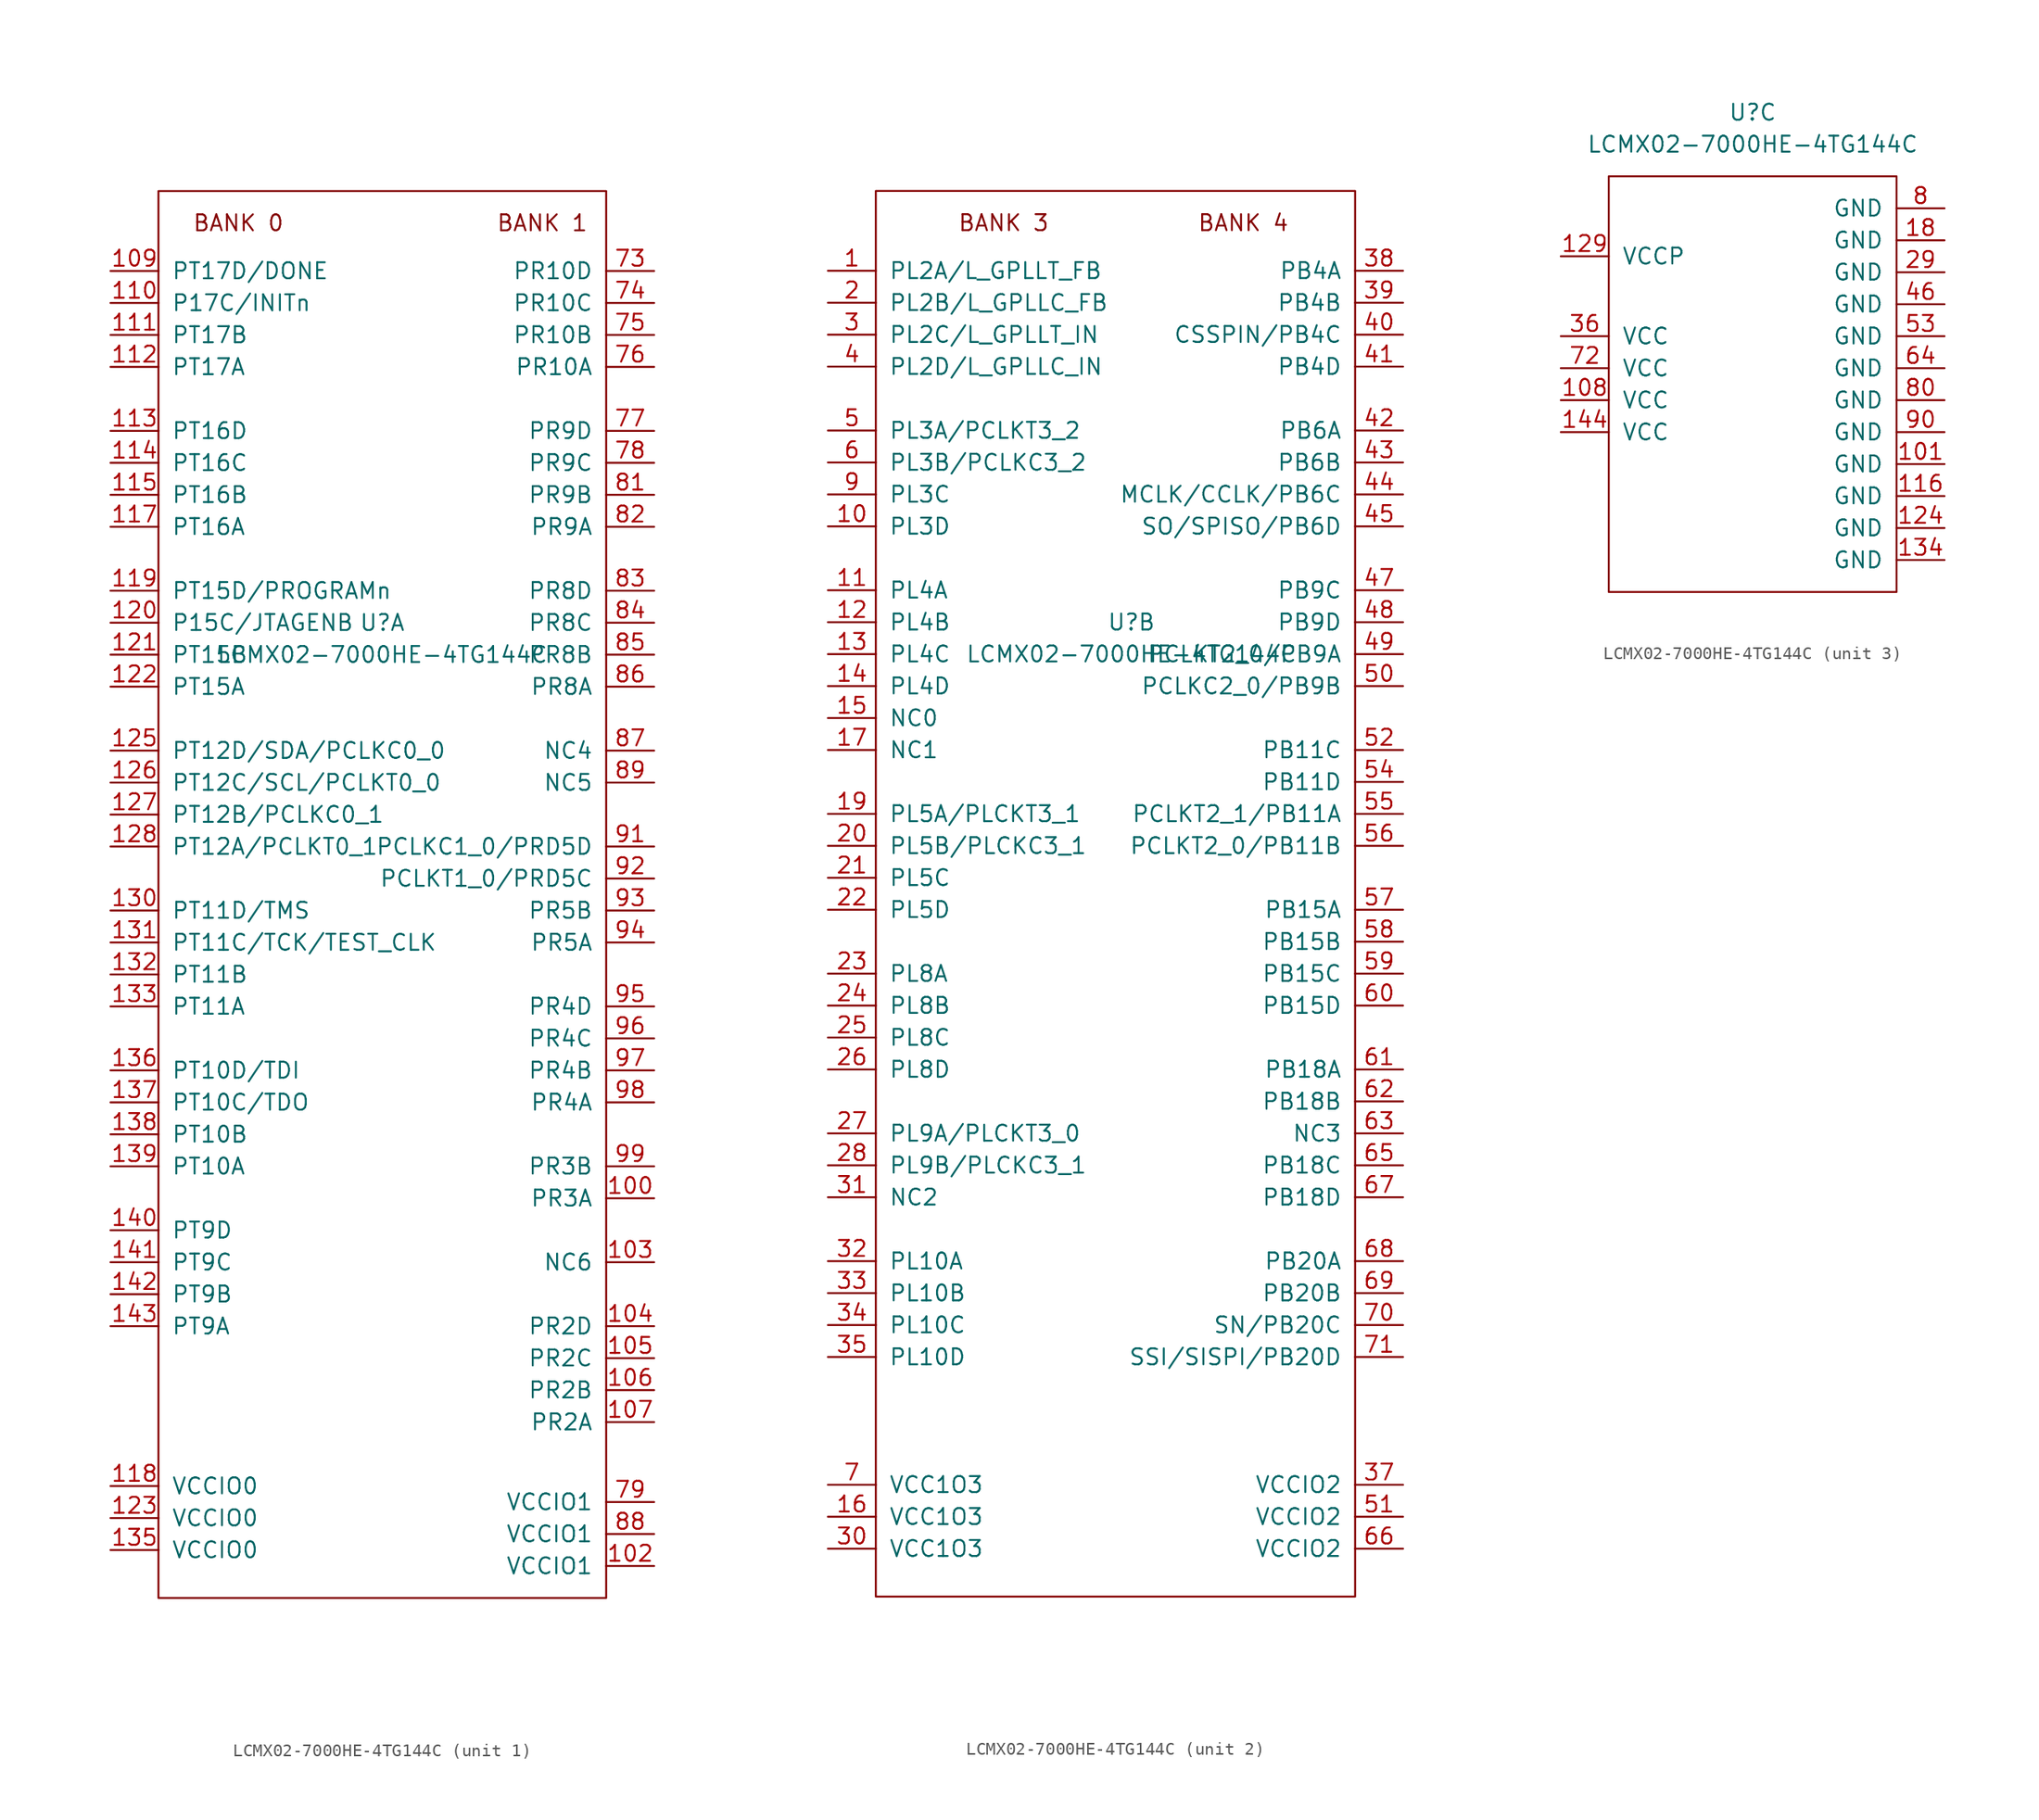
<source format=kicad_sym>
(kicad_symbol_lib
  (version 20231120)
  (generator "kicad_symbol_editor")
  (generator_version "8.0")
  (symbol "LCMX02-7000HE-4TG144C"
    (pin_names
      (offset 1.016))
    (property "Reference" "U"
      (at 0 21.59 0)
      (effects (font (size 1.27 1.27))))
    (property "Value" "LCMX02-7000HE-4TG144C"
      (at 0 19.05 0)
      (effects (font (size 1.27 1.27))))
    (property "ki_locked" ""
      (at 0 0 0)
      (effects (font (size 1.27 1.27))))
    (symbol "LCMX02-7000HE-4TG144C_1_0"
      (rectangle (start -17.78 55.88) (end 17.78 -55.88) (stroke (width 0) (type default)) (fill (type none)))
      (text "BANK 0" (at -11.43 53.34 0) (effects (font (size 1.27 1.27))))
      (text "BANK 1" (at 12.7 53.34 0) (effects (font (size 1.27 1.27)))))
    (symbol "LCMX02-7000HE-4TG144C_1_1"
      (pin bidirectional line (at 21.59 -24.13 180) (length 3.81) (name "PR3A" (effects (font (size 1.27 1.27)))) (number "100" (effects (font (size 1.27 1.27)))))
      (pin bidirectional line (at 21.59 -53.34 180) (length 3.81) (name "VCCIO1" (effects (font (size 1.27 1.27)))) (number "102" (effects (font (size 1.27 1.27)))))
      (pin passive line (at 21.59 -29.21 180) (length 3.81) (name "NC6" (effects (font (size 1.27 1.27)))) (number "103" (effects (font (size 1.27 1.27)))))
      (pin bidirectional line (at 21.59 -34.29 180) (length 3.81) (name "PR2D" (effects (font (size 1.27 1.27)))) (number "104" (effects (font (size 1.27 1.27)))))
      (pin bidirectional line (at 21.59 -36.83 180) (length 3.81) (name "PR2C" (effects (font (size 1.27 1.27)))) (number "105" (effects (font (size 1.27 1.27)))))
      (pin bidirectional line (at 21.59 -39.37 180) (length 3.81) (name "PR2B" (effects (font (size 1.27 1.27)))) (number "106" (effects (font (size 1.27 1.27)))))
      (pin bidirectional line (at 21.59 -41.91 180) (length 3.81) (name "PR2A" (effects (font (size 1.27 1.27)))) (number "107" (effects (font (size 1.27 1.27)))))
      (pin bidirectional line (at -21.59 49.53 0) (length 3.81) (name "PT17D/DONE" (effects (font (size 1.27 1.27)))) (number "109" (effects (font (size 1.27 1.27)))))
      (pin bidirectional line (at -21.59 46.99 0) (length 3.81) (name "P17C/INITn" (effects (font (size 1.27 1.27)))) (number "110" (effects (font (size 1.27 1.27)))))
      (pin bidirectional line (at -21.59 44.45 0) (length 3.81) (name "PT17B" (effects (font (size 1.27 1.27)))) (number "111" (effects (font (size 1.27 1.27)))))
      (pin bidirectional line (at -21.59 41.91 0) (length 3.81) (name "PT17A" (effects (font (size 1.27 1.27)))) (number "112" (effects (font (size 1.27 1.27)))))
      (pin bidirectional line (at -21.59 36.83 0) (length 3.81) (name "PT16D" (effects (font (size 1.27 1.27)))) (number "113" (effects (font (size 1.27 1.27)))))
      (pin bidirectional line (at -21.59 34.29 0) (length 3.81) (name "PT16C" (effects (font (size 1.27 1.27)))) (number "114" (effects (font (size 1.27 1.27)))))
      (pin bidirectional line (at -21.59 31.75 0) (length 3.81) (name "PT16B" (effects (font (size 1.27 1.27)))) (number "115" (effects (font (size 1.27 1.27)))))
      (pin bidirectional line (at -21.59 29.21 0) (length 3.81) (name "PT16A" (effects (font (size 1.27 1.27)))) (number "117" (effects (font (size 1.27 1.27)))))
      (pin bidirectional line (at -21.59 -46.99 0) (length 3.81) (name "VCCIO0" (effects (font (size 1.27 1.27)))) (number "118" (effects (font (size 1.27 1.27)))))
      (pin bidirectional line (at -21.59 24.13 0) (length 3.81) (name "PT15D/PROGRAMn" (effects (font (size 1.27 1.27)))) (number "119" (effects (font (size 1.27 1.27)))))
      (pin bidirectional line (at -21.59 21.59 0) (length 3.81) (name "P15C/JTAGENB" (effects (font (size 1.27 1.27)))) (number "120" (effects (font (size 1.27 1.27)))))
      (pin bidirectional line (at -21.59 19.05 0) (length 3.81) (name "PT15B" (effects (font (size 1.27 1.27)))) (number "121" (effects (font (size 1.27 1.27)))))
      (pin bidirectional line (at -21.59 16.51 0) (length 3.81) (name "PT15A" (effects (font (size 1.27 1.27)))) (number "122" (effects (font (size 1.27 1.27)))))
      (pin bidirectional line (at -21.59 -49.53 0) (length 3.81) (name "VCCIO0" (effects (font (size 1.27 1.27)))) (number "123" (effects (font (size 1.27 1.27)))))
      (pin bidirectional line (at -21.59 11.43 0) (length 3.81) (name "PT12D/SDA/PCLKC0_0" (effects (font (size 1.27 1.27)))) (number "125" (effects (font (size 1.27 1.27)))))
      (pin bidirectional line (at -21.59 8.89 0) (length 3.81) (name "PT12C/SCL/PCLKT0_0" (effects (font (size 1.27 1.27)))) (number "126" (effects (font (size 1.27 1.27)))))
      (pin bidirectional line (at -21.59 6.35 0) (length 3.81) (name "PT12B/PCLKC0_1" (effects (font (size 1.27 1.27)))) (number "127" (effects (font (size 1.27 1.27)))))
      (pin bidirectional line (at -21.59 3.81 0) (length 3.81) (name "PT12A/PCLKT0_1" (effects (font (size 1.27 1.27)))) (number "128" (effects (font (size 1.27 1.27)))))
      (pin bidirectional line (at -21.59 -1.27 0) (length 3.81) (name "PT11D/TMS" (effects (font (size 1.27 1.27)))) (number "130" (effects (font (size 1.27 1.27)))))
      (pin bidirectional line (at -21.59 -3.81 0) (length 3.81) (name "PT11C/TCK/TEST_CLK" (effects (font (size 1.27 1.27)))) (number "131" (effects (font (size 1.27 1.27)))))
      (pin bidirectional line (at -21.59 -6.35 0) (length 3.81) (name "PT11B" (effects (font (size 1.27 1.27)))) (number "132" (effects (font (size 1.27 1.27)))))
      (pin bidirectional line (at -21.59 -8.89 0) (length 3.81) (name "PT11A" (effects (font (size 1.27 1.27)))) (number "133" (effects (font (size 1.27 1.27)))))
      (pin bidirectional line (at -21.59 -52.07 0) (length 3.81) (name "VCCIO0" (effects (font (size 1.27 1.27)))) (number "135" (effects (font (size 1.27 1.27)))))
      (pin bidirectional line (at -21.59 -13.97 0) (length 3.81) (name "PT10D/TDI" (effects (font (size 1.27 1.27)))) (number "136" (effects (font (size 1.27 1.27)))))
      (pin bidirectional line (at -21.59 -16.51 0) (length 3.81) (name "PT10C/TDO" (effects (font (size 1.27 1.27)))) (number "137" (effects (font (size 1.27 1.27)))))
      (pin bidirectional line (at -21.59 -19.05 0) (length 3.81) (name "PT10B" (effects (font (size 1.27 1.27)))) (number "138" (effects (font (size 1.27 1.27)))))
      (pin bidirectional line (at -21.59 -21.59 0) (length 3.81) (name "PT10A" (effects (font (size 1.27 1.27)))) (number "139" (effects (font (size 1.27 1.27)))))
      (pin bidirectional line (at -21.59 -26.67 0) (length 3.81) (name "PT9D" (effects (font (size 1.27 1.27)))) (number "140" (effects (font (size 1.27 1.27)))))
      (pin bidirectional line (at -21.59 -29.21 0) (length 3.81) (name "PT9C" (effects (font (size 1.27 1.27)))) (number "141" (effects (font (size 1.27 1.27)))))
      (pin bidirectional line (at -21.59 -31.75 0) (length 3.81) (name "PT9B" (effects (font (size 1.27 1.27)))) (number "142" (effects (font (size 1.27 1.27)))))
      (pin bidirectional line (at -21.59 -34.29 0) (length 3.81) (name "PT9A" (effects (font (size 1.27 1.27)))) (number "143" (effects (font (size 1.27 1.27)))))
      (pin bidirectional line (at 21.59 49.53 180) (length 3.81) (name "PR10D" (effects (font (size 1.27 1.27)))) (number "73" (effects (font (size 1.27 1.27)))))
      (pin bidirectional line (at 21.59 46.99 180) (length 3.81) (name "PR10C" (effects (font (size 1.27 1.27)))) (number "74" (effects (font (size 1.27 1.27)))))
      (pin bidirectional line (at 21.59 44.45 180) (length 3.81) (name "PR10B" (effects (font (size 1.27 1.27)))) (number "75" (effects (font (size 1.27 1.27)))))
      (pin bidirectional line (at 21.59 41.91 180) (length 3.81) (name "PR10A" (effects (font (size 1.27 1.27)))) (number "76" (effects (font (size 1.27 1.27)))))
      (pin bidirectional line (at 21.59 36.83 180) (length 3.81) (name "PR9D" (effects (font (size 1.27 1.27)))) (number "77" (effects (font (size 1.27 1.27)))))
      (pin bidirectional line (at 21.59 34.29 180) (length 3.81) (name "PR9C" (effects (font (size 1.27 1.27)))) (number "78" (effects (font (size 1.27 1.27)))))
      (pin bidirectional line (at 21.59 -48.26 180) (length 3.81) (name "VCCIO1" (effects (font (size 1.27 1.27)))) (number "79" (effects (font (size 1.27 1.27)))))
      (pin bidirectional line (at 21.59 31.75 180) (length 3.81) (name "PR9B" (effects (font (size 1.27 1.27)))) (number "81" (effects (font (size 1.27 1.27)))))
      (pin bidirectional line (at 21.59 29.21 180) (length 3.81) (name "PR9A" (effects (font (size 1.27 1.27)))) (number "82" (effects (font (size 1.27 1.27)))))
      (pin bidirectional line (at 21.59 24.13 180) (length 3.81) (name "PR8D" (effects (font (size 1.27 1.27)))) (number "83" (effects (font (size 1.27 1.27)))))
      (pin bidirectional line (at 21.59 21.59 180) (length 3.81) (name "PR8C" (effects (font (size 1.27 1.27)))) (number "84" (effects (font (size 1.27 1.27)))))
      (pin bidirectional line (at 21.59 19.05 180) (length 3.81) (name "PR8B" (effects (font (size 1.27 1.27)))) (number "85" (effects (font (size 1.27 1.27)))))
      (pin bidirectional line (at 21.59 16.51 180) (length 3.81) (name "PR8A" (effects (font (size 1.27 1.27)))) (number "86" (effects (font (size 1.27 1.27)))))
      (pin passive line (at 21.59 11.43 180) (length 3.81) (name "NC4" (effects (font (size 1.27 1.27)))) (number "87" (effects (font (size 1.27 1.27)))))
      (pin bidirectional line (at 21.59 -50.8 180) (length 3.81) (name "VCCIO1" (effects (font (size 1.27 1.27)))) (number "88" (effects (font (size 1.27 1.27)))))
      (pin passive line (at 21.59 8.89 180) (length 3.81) (name "NC5" (effects (font (size 1.27 1.27)))) (number "89" (effects (font (size 1.27 1.27)))))
      (pin power_in line (at 21.59 3.81 180) (length 3.81) (name "PCLKC1_0/PRD5D" (effects (font (size 1.27 1.27)))) (number "91" (effects (font (size 1.27 1.27)))))
      (pin bidirectional line (at 21.59 1.27 180) (length 3.81) (name "PCLKT1_0/PRD5C" (effects (font (size 1.27 1.27)))) (number "92" (effects (font (size 1.27 1.27)))))
      (pin bidirectional line (at 21.59 -1.27 180) (length 3.81) (name "PR5B" (effects (font (size 1.27 1.27)))) (number "93" (effects (font (size 1.27 1.27)))))
      (pin bidirectional line (at 21.59 -3.81 180) (length 3.81) (name "PR5A" (effects (font (size 1.27 1.27)))) (number "94" (effects (font (size 1.27 1.27)))))
      (pin bidirectional line (at 21.59 -8.89 180) (length 3.81) (name "PR4D" (effects (font (size 1.27 1.27)))) (number "95" (effects (font (size 1.27 1.27)))))
      (pin bidirectional line (at 21.59 -11.43 180) (length 3.81) (name "PR4C" (effects (font (size 1.27 1.27)))) (number "96" (effects (font (size 1.27 1.27)))))
      (pin bidirectional line (at 21.59 -13.97 180) (length 3.81) (name "PR4B" (effects (font (size 1.27 1.27)))) (number "97" (effects (font (size 1.27 1.27)))))
      (pin bidirectional line (at 21.59 -16.51 180) (length 3.81) (name "PR4A" (effects (font (size 1.27 1.27)))) (number "98" (effects (font (size 1.27 1.27)))))
      (pin bidirectional line (at 21.59 -21.59 180) (length 3.81) (name "PR3B" (effects (font (size 1.27 1.27)))) (number "99" (effects (font (size 1.27 1.27))))))
    (symbol "LCMX02-7000HE-4TG144C_2_0"
      (rectangle (start -20.32 55.88) (end 17.78 -55.88) (stroke (width 0) (type default)) (fill (type none)))
      (text "BANK 3" (at -10.16 53.34 0) (effects (font (size 1.27 1.27))))
      (text "BANK 4" (at 8.89 53.34 0) (effects (font (size 1.27 1.27)))))
    (symbol "LCMX02-7000HE-4TG144C_2_1"
      (pin bidirectional line (at -24.13 49.53 0) (length 3.81) (name "PL2A/L_GPLLT_FB" (effects (font (size 1.27 1.27)))) (number "1" (effects (font (size 1.27 1.27)))))
      (pin bidirectional line (at -24.13 29.21 0) (length 3.81) (name "PL3D" (effects (font (size 1.27 1.27)))) (number "10" (effects (font (size 1.27 1.27)))))
      (pin bidirectional line (at -24.13 24.13 0) (length 3.81) (name "PL4A" (effects (font (size 1.27 1.27)))) (number "11" (effects (font (size 1.27 1.27)))))
      (pin bidirectional line (at -24.13 21.59 0) (length 3.81) (name "PL4B" (effects (font (size 1.27 1.27)))) (number "12" (effects (font (size 1.27 1.27)))))
      (pin bidirectional line (at -24.13 19.05 0) (length 3.81) (name "PL4C" (effects (font (size 1.27 1.27)))) (number "13" (effects (font (size 1.27 1.27)))))
      (pin bidirectional line (at -24.13 16.51 0) (length 3.81) (name "PL4D" (effects (font (size 1.27 1.27)))) (number "14" (effects (font (size 1.27 1.27)))))
      (pin input line (at -24.13 13.97 0) (length 3.81) (name "NC0" (effects (font (size 1.27 1.27)))) (number "15" (effects (font (size 1.27 1.27)))))
      (pin power_in line (at -24.13 -49.53 0) (length 3.81) (name "VCC1O3" (effects (font (size 1.27 1.27)))) (number "16" (effects (font (size 1.27 1.27)))))
      (pin passive line (at -24.13 11.43 0) (length 3.81) (name "NC1" (effects (font (size 1.27 1.27)))) (number "17" (effects (font (size 1.27 1.27)))))
      (pin bidirectional line (at -24.13 6.35 0) (length 3.81) (name "PL5A/PLCKT3_1" (effects (font (size 1.27 1.27)))) (number "19" (effects (font (size 1.27 1.27)))))
      (pin bidirectional line (at -24.13 46.99 0) (length 3.81) (name "PL2B/L_GPLLC_FB" (effects (font (size 1.27 1.27)))) (number "2" (effects (font (size 1.27 1.27)))))
      (pin bidirectional line (at -24.13 3.81 0) (length 3.81) (name "PL5B/PLCKC3_1" (effects (font (size 1.27 1.27)))) (number "20" (effects (font (size 1.27 1.27)))))
      (pin bidirectional line (at -24.13 1.27 0) (length 3.81) (name "PL5C" (effects (font (size 1.27 1.27)))) (number "21" (effects (font (size 1.27 1.27)))))
      (pin bidirectional line (at -24.13 -1.27 0) (length 3.81) (name "PL5D" (effects (font (size 1.27 1.27)))) (number "22" (effects (font (size 1.27 1.27)))))
      (pin bidirectional line (at -24.13 -6.35 0) (length 3.81) (name "PL8A" (effects (font (size 1.27 1.27)))) (number "23" (effects (font (size 1.27 1.27)))))
      (pin bidirectional line (at -24.13 -8.89 0) (length 3.81) (name "PL8B" (effects (font (size 1.27 1.27)))) (number "24" (effects (font (size 1.27 1.27)))))
      (pin bidirectional line (at -24.13 -11.43 0) (length 3.81) (name "PL8C" (effects (font (size 1.27 1.27)))) (number "25" (effects (font (size 1.27 1.27)))))
      (pin bidirectional line (at -24.13 -13.97 0) (length 3.81) (name "PL8D" (effects (font (size 1.27 1.27)))) (number "26" (effects (font (size 1.27 1.27)))))
      (pin bidirectional line (at -24.13 -19.05 0) (length 3.81) (name "PL9A/PLCKT3_0" (effects (font (size 1.27 1.27)))) (number "27" (effects (font (size 1.27 1.27)))))
      (pin bidirectional line (at -24.13 -21.59 0) (length 3.81) (name "PL9B/PLCKC3_1" (effects (font (size 1.27 1.27)))) (number "28" (effects (font (size 1.27 1.27)))))
      (pin bidirectional line (at -24.13 44.45 0) (length 3.81) (name "PL2C/L_GPLLT_IN" (effects (font (size 1.27 1.27)))) (number "3" (effects (font (size 1.27 1.27)))))
      (pin power_in line (at -24.13 -52.07 0) (length 3.81) (name "VCC1O3" (effects (font (size 1.27 1.27)))) (number "30" (effects (font (size 1.27 1.27)))))
      (pin passive line (at -24.13 -24.13 0) (length 3.81) (name "NC2" (effects (font (size 1.27 1.27)))) (number "31" (effects (font (size 1.27 1.27)))))
      (pin bidirectional line (at -24.13 -29.21 0) (length 3.81) (name "PL10A" (effects (font (size 1.27 1.27)))) (number "32" (effects (font (size 1.27 1.27)))))
      (pin bidirectional line (at -24.13 -31.75 0) (length 3.81) (name "PL10B" (effects (font (size 1.27 1.27)))) (number "33" (effects (font (size 1.27 1.27)))))
      (pin bidirectional line (at -24.13 -34.29 0) (length 3.81) (name "PL10C" (effects (font (size 1.27 1.27)))) (number "34" (effects (font (size 1.27 1.27)))))
      (pin bidirectional line (at -24.13 -36.83 0) (length 3.81) (name "PL10D" (effects (font (size 1.27 1.27)))) (number "35" (effects (font (size 1.27 1.27)))))
      (pin bidirectional line (at 21.59 -46.99 180) (length 3.81) (name "VCCIO2" (effects (font (size 1.27 1.27)))) (number "37" (effects (font (size 1.27 1.27)))))
      (pin bidirectional line (at 21.59 49.53 180) (length 3.81) (name "PB4A" (effects (font (size 1.27 1.27)))) (number "38" (effects (font (size 1.27 1.27)))))
      (pin bidirectional line (at 21.59 46.99 180) (length 3.81) (name "PB4B" (effects (font (size 1.27 1.27)))) (number "39" (effects (font (size 1.27 1.27)))))
      (pin bidirectional line (at -24.13 41.91 0) (length 3.81) (name "PL2D/L_GPLLC_IN" (effects (font (size 1.27 1.27)))) (number "4" (effects (font (size 1.27 1.27)))))
      (pin bidirectional line (at 21.59 44.45 180) (length 3.81) (name "CSSPIN/PB4C" (effects (font (size 1.27 1.27)))) (number "40" (effects (font (size 1.27 1.27)))))
      (pin bidirectional line (at 21.59 41.91 180) (length 3.81) (name "PB4D" (effects (font (size 1.27 1.27)))) (number "41" (effects (font (size 1.27 1.27)))))
      (pin bidirectional line (at 21.59 36.83 180) (length 3.81) (name "PB6A" (effects (font (size 1.27 1.27)))) (number "42" (effects (font (size 1.27 1.27)))))
      (pin bidirectional line (at 21.59 34.29 180) (length 3.81) (name "PB6B" (effects (font (size 1.27 1.27)))) (number "43" (effects (font (size 1.27 1.27)))))
      (pin bidirectional line (at 21.59 31.75 180) (length 3.81) (name "MCLK/CCLK/PB6C" (effects (font (size 1.27 1.27)))) (number "44" (effects (font (size 1.27 1.27)))))
      (pin bidirectional line (at 21.59 29.21 180) (length 3.81) (name "SO/SPISO/PB6D" (effects (font (size 1.27 1.27)))) (number "45" (effects (font (size 1.27 1.27)))))
      (pin bidirectional line (at 21.59 24.13 180) (length 3.81) (name "PB9C" (effects (font (size 1.27 1.27)))) (number "47" (effects (font (size 1.27 1.27)))))
      (pin bidirectional line (at 21.59 21.59 180) (length 3.81) (name "PB9D" (effects (font (size 1.27 1.27)))) (number "48" (effects (font (size 1.27 1.27)))))
      (pin bidirectional line (at 21.59 19.05 180) (length 3.81) (name "PCLKT2_0/PB9A" (effects (font (size 1.27 1.27)))) (number "49" (effects (font (size 1.27 1.27)))))
      (pin bidirectional line (at -24.13 36.83 0) (length 3.81) (name "PL3A/PCLKT3_2" (effects (font (size 1.27 1.27)))) (number "5" (effects (font (size 1.27 1.27)))))
      (pin bidirectional line (at 21.59 16.51 180) (length 3.81) (name "PCLKC2_0/PB9B" (effects (font (size 1.27 1.27)))) (number "50" (effects (font (size 1.27 1.27)))))
      (pin bidirectional line (at 21.59 -49.53 180) (length 3.81) (name "VCCIO2" (effects (font (size 1.27 1.27)))) (number "51" (effects (font (size 1.27 1.27)))))
      (pin bidirectional line (at 21.59 11.43 180) (length 3.81) (name "PB11C" (effects (font (size 1.27 1.27)))) (number "52" (effects (font (size 1.27 1.27)))))
      (pin bidirectional line (at 21.59 8.89 180) (length 3.81) (name "PB11D" (effects (font (size 1.27 1.27)))) (number "54" (effects (font (size 1.27 1.27)))))
      (pin bidirectional line (at 21.59 6.35 180) (length 3.81) (name "PCLKT2_1/PB11A" (effects (font (size 1.27 1.27)))) (number "55" (effects (font (size 1.27 1.27)))))
      (pin bidirectional line (at 21.59 3.81 180) (length 3.81) (name "PCLKT2_0/PB11B" (effects (font (size 1.27 1.27)))) (number "56" (effects (font (size 1.27 1.27)))))
      (pin bidirectional line (at 21.59 -1.27 180) (length 3.81) (name "PB15A" (effects (font (size 1.27 1.27)))) (number "57" (effects (font (size 1.27 1.27)))))
      (pin bidirectional line (at 21.59 -3.81 180) (length 3.81) (name "PB15B" (effects (font (size 1.27 1.27)))) (number "58" (effects (font (size 1.27 1.27)))))
      (pin bidirectional line (at 21.59 -6.35 180) (length 3.81) (name "PB15C" (effects (font (size 1.27 1.27)))) (number "59" (effects (font (size 1.27 1.27)))))
      (pin bidirectional line (at -24.13 34.29 0) (length 3.81) (name "PL3B/PCLKC3_2" (effects (font (size 1.27 1.27)))) (number "6" (effects (font (size 1.27 1.27)))))
      (pin bidirectional line (at 21.59 -8.89 180) (length 3.81) (name "PB15D" (effects (font (size 1.27 1.27)))) (number "60" (effects (font (size 1.27 1.27)))))
      (pin bidirectional line (at 21.59 -13.97 180) (length 3.81) (name "PB18A" (effects (font (size 1.27 1.27)))) (number "61" (effects (font (size 1.27 1.27)))))
      (pin bidirectional line (at 21.59 -16.51 180) (length 3.81) (name "PB18B" (effects (font (size 1.27 1.27)))) (number "62" (effects (font (size 1.27 1.27)))))
      (pin passive line (at 21.59 -19.05 180) (length 3.81) (name "NC3" (effects (font (size 1.27 1.27)))) (number "63" (effects (font (size 1.27 1.27)))))
      (pin bidirectional line (at 21.59 -21.59 180) (length 3.81) (name "PB18C" (effects (font (size 1.27 1.27)))) (number "65" (effects (font (size 1.27 1.27)))))
      (pin bidirectional line (at 21.59 -52.07 180) (length 3.81) (name "VCCIO2" (effects (font (size 1.27 1.27)))) (number "66" (effects (font (size 1.27 1.27)))))
      (pin bidirectional line (at 21.59 -24.13 180) (length 3.81) (name "PB18D" (effects (font (size 1.27 1.27)))) (number "67" (effects (font (size 1.27 1.27)))))
      (pin bidirectional line (at 21.59 -29.21 180) (length 3.81) (name "PB20A" (effects (font (size 1.27 1.27)))) (number "68" (effects (font (size 1.27 1.27)))))
      (pin bidirectional line (at 21.59 -31.75 180) (length 3.81) (name "PB20B" (effects (font (size 1.27 1.27)))) (number "69" (effects (font (size 1.27 1.27)))))
      (pin power_in line (at -24.13 -46.99 0) (length 3.81) (name "VCC1O3" (effects (font (size 1.27 1.27)))) (number "7" (effects (font (size 1.27 1.27)))))
      (pin bidirectional line (at 21.59 -34.29 180) (length 3.81) (name "SN/PB20C" (effects (font (size 1.27 1.27)))) (number "70" (effects (font (size 1.27 1.27)))))
      (pin bidirectional line (at 21.59 -36.83 180) (length 3.81) (name "SSI/SISPI/PB20D" (effects (font (size 1.27 1.27)))) (number "71" (effects (font (size 1.27 1.27)))))
      (pin bidirectional line (at -24.13 31.75 0) (length 3.81) (name "PL3C" (effects (font (size 1.27 1.27)))) (number "9" (effects (font (size 1.27 1.27))))))
    (symbol "LCMX02-7000HE-4TG144C_3_0"
      (rectangle (start -11.43 16.51) (end 11.43 -16.51) (stroke (width 0) (type default)) (fill (type none))))
    (symbol "LCMX02-7000HE-4TG144C_3_1"
      (pin passive line (at 15.24 -6.35 180) (length 3.81) (name "GND" (effects (font (size 1.27 1.27)))) (number "101" (effects (font (size 1.27 1.27)))))
      (pin input line (at -15.24 -1.27 0) (length 3.81) (name "VCC" (effects (font (size 1.27 1.27)))) (number "108" (effects (font (size 1.27 1.27)))))
      (pin passive line (at 15.24 -8.89 180) (length 3.81) (name "GND" (effects (font (size 1.27 1.27)))) (number "116" (effects (font (size 1.27 1.27)))))
      (pin passive line (at 15.24 -11.43 180) (length 3.81) (name "GND" (effects (font (size 1.27 1.27)))) (number "124" (effects (font (size 1.27 1.27)))))
      (pin power_in line (at -15.24 10.16 0) (length 3.81) (name "VCCP" (effects (font (size 1.27 1.27)))) (number "129" (effects (font (size 1.27 1.27)))))
      (pin passive line (at 15.24 -13.97 180) (length 3.81) (name "GND" (effects (font (size 1.27 1.27)))) (number "134" (effects (font (size 1.27 1.27)))))
      (pin input line (at -15.24 -3.81 0) (length 3.81) (name "VCC" (effects (font (size 1.27 1.27)))) (number "144" (effects (font (size 1.27 1.27)))))
      (pin passive line (at 15.24 11.43 180) (length 3.81) (name "GND" (effects (font (size 1.27 1.27)))) (number "18" (effects (font (size 1.27 1.27)))))
      (pin passive line (at 15.24 8.89 180) (length 3.81) (name "GND" (effects (font (size 1.27 1.27)))) (number "29" (effects (font (size 1.27 1.27)))))
      (pin input line (at -15.24 3.81 0) (length 3.81) (name "VCC" (effects (font (size 1.27 1.27)))) (number "36" (effects (font (size 1.27 1.27)))))
      (pin passive line (at 15.24 6.35 180) (length 3.81) (name "GND" (effects (font (size 1.27 1.27)))) (number "46" (effects (font (size 1.27 1.27)))))
      (pin passive line (at 15.24 3.81 180) (length 3.81) (name "GND" (effects (font (size 1.27 1.27)))) (number "53" (effects (font (size 1.27 1.27)))))
      (pin passive line (at 15.24 1.27 180) (length 3.81) (name "GND" (effects (font (size 1.27 1.27)))) (number "64" (effects (font (size 1.27 1.27)))))
      (pin input line (at -15.24 1.27 0) (length 3.81) (name "VCC" (effects (font (size 1.27 1.27)))) (number "72" (effects (font (size 1.27 1.27)))))
      (pin passive line (at 15.24 13.97 180) (length 3.81) (name "GND" (effects (font (size 1.27 1.27)))) (number "8" (effects (font (size 1.27 1.27)))))
      (pin passive line (at 15.24 -1.27 180) (length 3.81) (name "GND" (effects (font (size 1.27 1.27)))) (number "80" (effects (font (size 1.27 1.27)))))
      (pin passive line (at 15.24 -3.81 180) (length 3.81) (name "GND" (effects (font (size 1.27 1.27)))) (number "90" (effects (font (size 1.27 1.27))))))))
</source>
